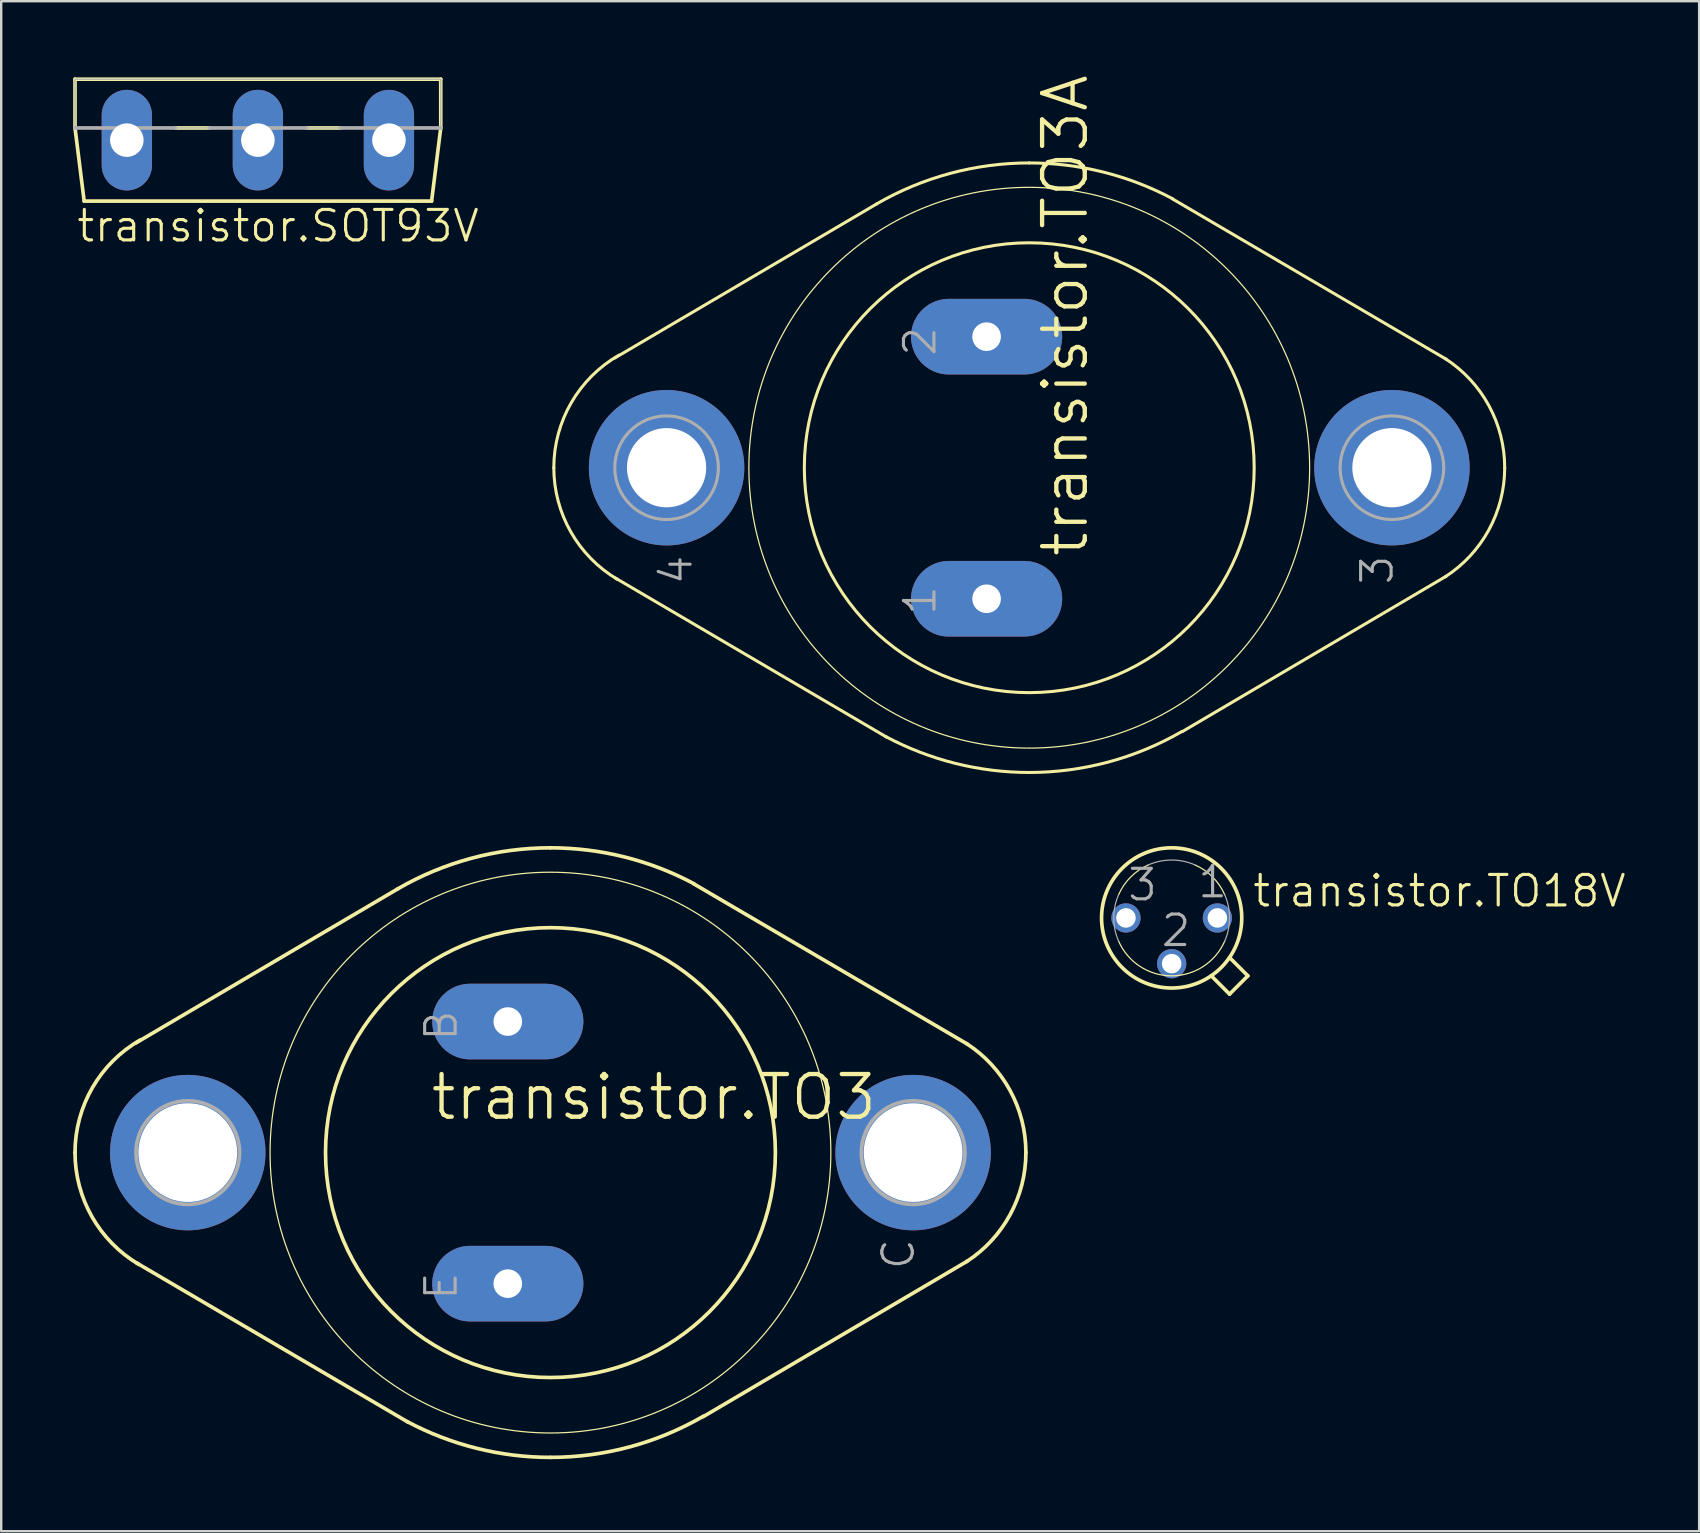
<source format=kicad_pcb>
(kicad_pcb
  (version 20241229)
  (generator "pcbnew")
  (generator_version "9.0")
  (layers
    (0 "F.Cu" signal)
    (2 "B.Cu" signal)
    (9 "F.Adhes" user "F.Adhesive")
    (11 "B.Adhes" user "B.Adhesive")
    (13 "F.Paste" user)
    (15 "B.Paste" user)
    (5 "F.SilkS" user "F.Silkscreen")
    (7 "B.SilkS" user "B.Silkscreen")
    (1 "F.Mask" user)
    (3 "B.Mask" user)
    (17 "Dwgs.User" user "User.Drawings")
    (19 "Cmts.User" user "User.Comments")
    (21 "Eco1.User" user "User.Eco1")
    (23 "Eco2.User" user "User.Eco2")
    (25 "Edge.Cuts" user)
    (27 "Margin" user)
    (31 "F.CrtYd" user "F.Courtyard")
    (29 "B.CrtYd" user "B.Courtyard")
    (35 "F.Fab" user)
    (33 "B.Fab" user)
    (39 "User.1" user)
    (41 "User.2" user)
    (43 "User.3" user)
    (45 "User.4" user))
  (footprint "transistor.TO3"
    (layer "F.Cu")
    (at 19.888 44.98)
    (property "Reference" "transistor.TO3" (at -5.08 -1.27 0) (layer "F.SilkS") (effects (font (size 1.778 1.778) (thickness 0.18)) (justify left bottom)))
    (attr through_hole)
    (fp_line (start -6.35 -10.998) (end -17.272 -4.572) (stroke (width 0.152) (type default)) (layer "F.SilkS"))
    (fp_line (start -5.944 11.227) (end -17.247 4.597) (stroke (width 0.152) (type default)) (layer "F.SilkS"))
    (fp_line (start 5.969 -11.201) (end 17.374 -4.521) (stroke (width 0.152) (type default)) (layer "F.SilkS"))
    (fp_line (start 6.375 10.998) (end 17.374 4.521) (stroke (width 0.152) (type default)) (layer "F.SilkS"))
    (fp_arc (start -19.812 0) (mid -19.08306 -2.712168) (end -17.0927 -4.6935) (stroke (width 0.1524) (type default)) (layer "F.SilkS"))
    (fp_arc (start -17.1555 4.657) (mid -19.101186 2.680705) (end -19.812 0) (stroke (width 0.1524) (type default)) (layer "F.SilkS"))
    (fp_arc (start -6.3718 -10.9859) (mid -3.299165 -12.263988) (end 0 -12.7) (stroke (width 0.1524) (type default)) (layer "F.SilkS"))
    (fp_arc (start 0 -12.7) (mid 3.080216 -12.320822) (end 5.9765 -11.2059) (stroke (width 0.1524) (type default)) (layer "F.SilkS"))
    (fp_arc (start 0 12.7) (mid -3.080216 12.320822) (end -5.9765 11.2059) (stroke (width 0.1524) (type default)) (layer "F.SilkS"))
    (fp_arc (start 6.3718 10.9859) (mid 3.299165 12.263988) (end 0 12.7) (stroke (width 0.1524) (type default)) (layer "F.SilkS"))
    (fp_arc (start 17.3366 -4.545) (mid 19.153011 -2.587691) (end 19.812 0) (stroke (width 0.1524) (type default)) (layer "F.SilkS"))
    (fp_arc (start 19.812 0) (mid 19.153011 2.587691) (end 17.3366 4.545) (stroke (width 0.1524) (type default)) (layer "F.SilkS"))
    (fp_circle (center 0 0) (end 9.373 0) (stroke (width 0.152) (type default)) (fill no) (layer "F.SilkS"))
    (fp_circle (center 0 0) (end 11.684 0) (stroke (width 0.051) (type default)) (fill no) (layer "F.SilkS"))
    (fp_circle (center -15.113 0) (end -12.954 0) (stroke (width 0.152) (type default)) (fill no) (layer "F.Fab"))
    (fp_circle (center 15.113 0) (end 17.272 0) (stroke (width 0.152) (type default)) (fill no) (layer "F.Fab"))
    (fp_text user "C" (at 15.24 4.953 90) (layer "F.Fab") (effects (font (size 1.27 1.27) (thickness 0.13)) (justify left bottom)))
    (fp_text user "E" (at -3.81 6.223 90) (layer "F.Fab") (effects (font (size 1.27 1.27) (thickness 0.13)) (justify left bottom)))
    (fp_text user "B" (at -3.81 -4.572 90) (layer "F.Fab") (effects (font (size 1.27 1.27) (thickness 0.13)) (justify left bottom)))
    (pad "B" thru_hole oval (at -1.778 -5.461) (size 6.299 3.15) (drill 1.194) (layers "*.Cu" "*.Mask"))
    (pad "C" thru_hole circle (at 15.113 0) (size 6.477 6.477) (drill 4.115) (layers "*.Cu" "*.Mask"))
    (pad "C/" thru_hole circle (at -15.113 0) (size 6.477 6.477) (drill 4.115) (layers "*.Cu" "*.Mask"))
    (pad "E" thru_hole oval (at -1.778 5.461) (size 6.299 3.15) (drill 1.194) (layers "*.Cu" "*.Mask")))
  (footprint "transistor.TO18V"
    (layer "F.Cu")
    (at 45.774 35.201)
    (property "Reference" "transistor.TO18V" (at 3.302 -0.381 0) (layer "F.SilkS") (effects (font (size 1.27 1.27) (thickness 0.13)) (justify left bottom)))
    (attr through_hole)
    (fp_line (start 1.649 2.411) (end 2.413 3.175) (stroke (width 0.152) (type default)) (layer "F.SilkS"))
    (fp_line (start 2.411 1.649) (end 3.175 2.413) (stroke (width 0.152) (type default)) (layer "F.SilkS"))
    (fp_line (start 2.413 3.175) (end 3.175 2.413) (stroke (width 0.152) (type default)) (layer "F.SilkS"))
    (fp_arc (start -2.2098 -0.9693) (mid -1.706276 -1.706276) (end -0.9693 -2.2098) (stroke (width 0.0508) (type default)) (layer "F.SilkS"))
    (fp_arc (start 0.9693 -2.2098) (mid 1.706276 -1.706276) (end 2.2098 -0.9693) (stroke (width 0.0508) (type default)) (layer "F.SilkS"))
    (fp_arc (start 2.2098 0.9693) (mid 0 2.41304) (end -2.2098 0.9693) (stroke (width 0.0508) (type default)) (layer "F.SilkS"))
    (fp_circle (center 0 0) (end 2.921 0) (stroke (width 0.152) (type default)) (fill no) (layer "F.SilkS"))
    (fp_arc (start -2.2098 0.9693) (mid -2.413039 0) (end -2.2098 -0.9693) (stroke (width 0.0508) (type default)) (layer "F.Fab"))
    (fp_arc (start -0.9693 -2.2098) (mid 0 -2.413039) (end 0.9693 -2.2098) (stroke (width 0.0508) (type default)) (layer "F.Fab"))
    (fp_arc (start 2.2098 -0.9693) (mid 2.413039 0) (end 2.2098 0.9693) (stroke (width 0.0508) (type default)) (layer "F.Fab"))
    (fp_text user "2" (at -0.508 1.27 0) (layer "F.Fab") (effects (font (size 1.27 1.27) (thickness 0.13)) (justify left bottom)))
    (fp_text user "3" (at -1.905 -0.635 0) (layer "F.Fab") (effects (font (size 1.27 1.27) (thickness 0.13)) (justify left bottom)))
    (fp_text user "1" (at 1.016 -0.762 0) (layer "F.Fab") (effects (font (size 1.27 1.27) (thickness 0.13)) (justify left bottom)))
    (pad "1" thru_hole circle (at 1.905 0) (size 1.219 1.219) (drill 0.813) (layers "*.Cu" "*.Mask"))
    (pad "2" thru_hole circle (at 0 1.905) (size 1.219 1.219) (drill 0.813) (layers "*.Cu" "*.Mask"))
    (pad "3" thru_hole circle (at -1.905 0) (size 1.219 1.219) (drill 0.813) (layers "*.Cu" "*.Mask")))
  (footprint "transistor.TO3A"
    (layer "F.Cu")
    (at 39.84 16.44)
    (property "Reference" "transistor.TO3A" (at 2.54 3.81 90) (layer "F.SilkS") (effects (font (size 1.778 1.778) (thickness 0.18)) (justify left bottom)))
    (attr through_hole)
    (fp_line (start -6.35 -10.998) (end -17.272 -4.572) (stroke (width 0.127) (type default)) (layer "F.SilkS"))
    (fp_line (start -5.944 11.227) (end -17.247 4.597) (stroke (width 0.127) (type default)) (layer "F.SilkS"))
    (fp_line (start 5.969 -11.201) (end 17.374 -4.521) (stroke (width 0.127) (type default)) (layer "F.SilkS"))
    (fp_line (start 6.375 10.998) (end 17.374 4.521) (stroke (width 0.127) (type default)) (layer "F.SilkS"))
    (fp_arc (start -19.812 0) (mid -19.08306 -2.712168) (end -17.0927 -4.6935) (stroke (width 0.127) (type default)) (layer "F.SilkS"))
    (fp_arc (start -17.1555 4.657) (mid -19.101186 2.680705) (end -19.812 0) (stroke (width 0.127) (type default)) (layer "F.SilkS"))
    (fp_arc (start -6.3718 -10.9859) (mid -3.299165 -12.263988) (end 0 -12.7) (stroke (width 0.127) (type default)) (layer "F.SilkS"))
    (fp_arc (start 0 -12.7) (mid 3.080216 -12.320822) (end 5.9765 -11.2059) (stroke (width 0.127) (type default)) (layer "F.SilkS"))
    (fp_arc (start 0 12.7) (mid -3.080216 12.320822) (end -5.9765 11.2059) (stroke (width 0.127) (type default)) (layer "F.SilkS"))
    (fp_arc (start 6.3718 10.9859) (mid 3.299165 12.263988) (end 0 12.7) (stroke (width 0.127) (type default)) (layer "F.SilkS"))
    (fp_arc (start 17.3366 -4.545) (mid 19.153011 -2.587691) (end 19.812 0) (stroke (width 0.127) (type default)) (layer "F.SilkS"))
    (fp_arc (start 19.812 0) (mid 19.153011 2.587691) (end 17.3366 4.545) (stroke (width 0.127) (type default)) (layer "F.SilkS"))
    (fp_circle (center 0 0) (end 9.373 0) (stroke (width 0.127) (type default)) (fill no) (layer "F.SilkS"))
    (fp_circle (center 0 0) (end 11.684 0) (stroke (width 0.051) (type default)) (fill no) (layer "F.SilkS"))
    (fp_circle (center -15.113 0) (end -12.954 0) (stroke (width 0.127) (type default)) (fill no) (layer "F.Fab"))
    (fp_circle (center 15.113 0) (end 17.272 0) (stroke (width 0.127) (type default)) (fill no) (layer "F.Fab"))
    (fp_text user "1" (at -3.81 6.223 90) (layer "F.Fab") (effects (font (size 1.27 1.27) (thickness 0.13)) (justify left bottom)))
    (fp_text user "3" (at 15.24 4.953 90) (layer "F.Fab") (effects (font (size 1.27 1.27) (thickness 0.13)) (justify left bottom)))
    (fp_text user "4" (at -13.97 4.953 90) (layer "F.Fab") (effects (font (size 1.27 1.27) (thickness 0.13)) (justify left bottom)))
    (fp_text user "2" (at -3.81 -4.572 90) (layer "F.Fab") (effects (font (size 1.27 1.27) (thickness 0.13)) (justify left bottom)))
    (pad "1" thru_hole oval (at -1.778 5.461) (size 6.299 3.15) (drill 1.194) (layers "*.Cu" "*.Mask"))
    (pad "2" thru_hole oval (at -1.778 -5.461) (size 6.299 3.15) (drill 1.194) (layers "*.Cu" "*.Mask"))
    (pad "3" thru_hole circle (at 15.113 0) (size 6.477 6.477) (drill 3.302) (layers "*.Cu" "*.Mask"))
    (pad "4" thru_hole circle (at -15.113 0) (size 6.477 6.477) (drill 3.302) (layers "*.Cu" "*.Mask")))
  (footprint "transistor.SOT93V"
    (layer "F.Cu")
    (at 7.696 0.25)
    (property "Reference" "transistor.SOT93V" (at -7.62 6.858 0) (layer "F.SilkS") (effects (font (size 1.27 1.27) (thickness 0.13)) (justify left bottom)))
    (attr through_hole)
    (fp_line (start -7.62 0) (end -7.62 2.032) (stroke (width 0.152) (type default)) (layer "F.SilkS"))
    (fp_line (start -7.62 0) (end 7.62 0) (stroke (width 0.152) (type default)) (layer "F.SilkS"))
    (fp_line (start -7.62 2.032) (end -7.239 5.08) (stroke (width 0.152) (type default)) (layer "F.SilkS"))
    (fp_line (start -7.239 5.08) (end 7.239 5.08) (stroke (width 0.152) (type default)) (layer "F.SilkS"))
    (fp_line (start -2.032 2.032) (end -3.429 2.032) (stroke (width 0.152) (type default)) (layer "F.SilkS"))
    (fp_line (start 3.429 2.032) (end 2.032 2.032) (stroke (width 0.152) (type default)) (layer "F.SilkS"))
    (fp_line (start 7.62 0) (end 7.62 2.032) (stroke (width 0.152) (type default)) (layer "F.SilkS"))
    (fp_line (start 7.62 2.032) (end 7.239 5.08) (stroke (width 0.152) (type default)) (layer "F.SilkS"))
    (fp_line (start -3.429 2.032) (end -7.62 2.032) (stroke (width 0.152) (type default)) (layer "F.Fab"))
    (fp_line (start 2.032 2.032) (end -2.032 2.032) (stroke (width 0.152) (type default)) (layer "F.Fab"))
    (fp_line (start 7.62 2.032) (end 3.429 2.032) (stroke (width 0.152) (type default)) (layer "F.Fab"))
    (fp_rect (start -7.62 2.032) (end 7.62 0) (stroke (width 0.05) (type default)) (fill no) (layer "F.Fab"))
    (pad "B" thru_hole oval (at -5.461 2.54 90) (size 4.191 2.095) (drill 1.397) (layers "*.Cu" "*.Mask"))
    (pad "C" thru_hole oval (at 0 2.54 90) (size 4.191 2.095) (drill 1.397) (layers "*.Cu" "*.Mask"))
    (pad "E" thru_hole oval (at 5.461 2.54 90) (size 4.191 2.095) (drill 1.397) (layers "*.Cu" "*.Mask")))
  (gr_rect
    (start -3 -3)
    (end 67.754 60.756)
    (stroke (width 0.1) (type default))
    (fill no)
    (layer "Edge.Cuts")))
</source>
